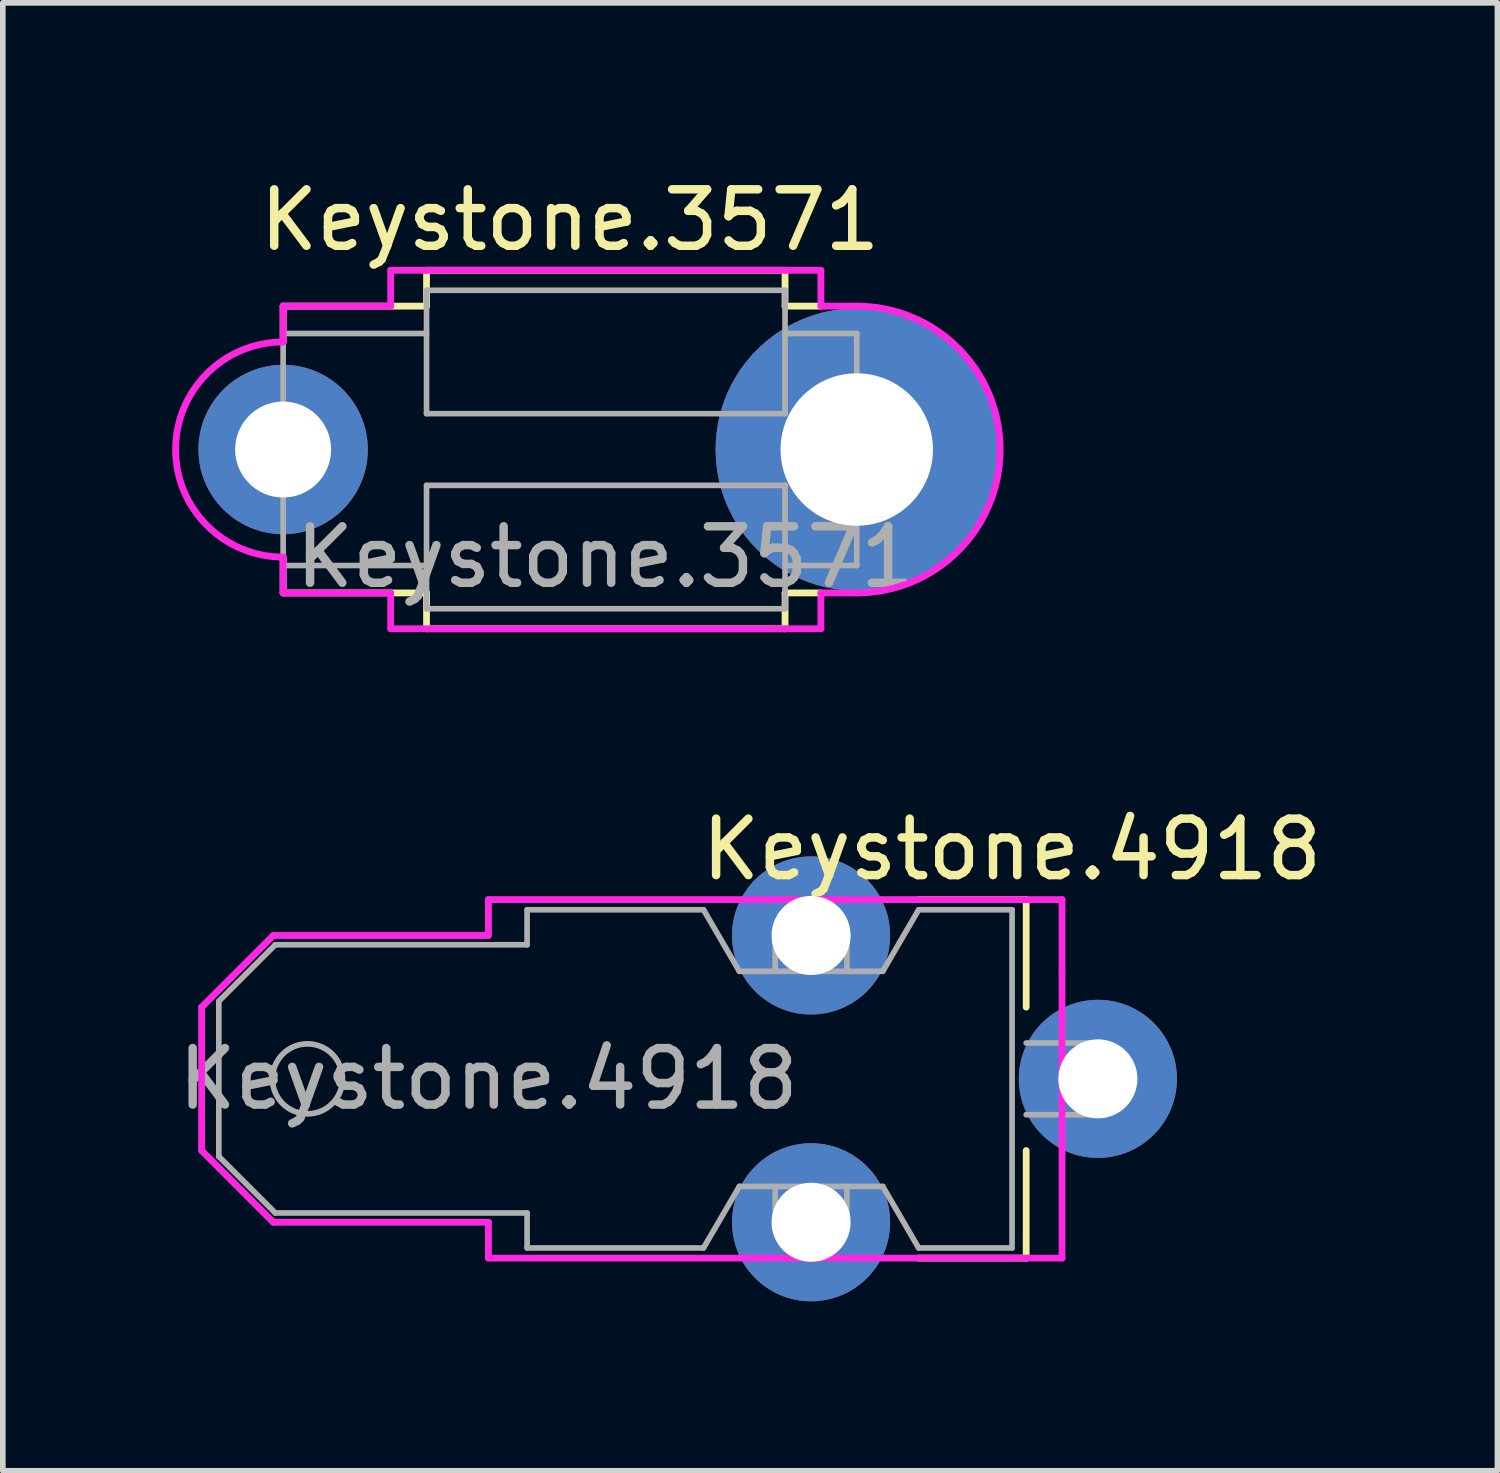
<source format=kicad_pcb>
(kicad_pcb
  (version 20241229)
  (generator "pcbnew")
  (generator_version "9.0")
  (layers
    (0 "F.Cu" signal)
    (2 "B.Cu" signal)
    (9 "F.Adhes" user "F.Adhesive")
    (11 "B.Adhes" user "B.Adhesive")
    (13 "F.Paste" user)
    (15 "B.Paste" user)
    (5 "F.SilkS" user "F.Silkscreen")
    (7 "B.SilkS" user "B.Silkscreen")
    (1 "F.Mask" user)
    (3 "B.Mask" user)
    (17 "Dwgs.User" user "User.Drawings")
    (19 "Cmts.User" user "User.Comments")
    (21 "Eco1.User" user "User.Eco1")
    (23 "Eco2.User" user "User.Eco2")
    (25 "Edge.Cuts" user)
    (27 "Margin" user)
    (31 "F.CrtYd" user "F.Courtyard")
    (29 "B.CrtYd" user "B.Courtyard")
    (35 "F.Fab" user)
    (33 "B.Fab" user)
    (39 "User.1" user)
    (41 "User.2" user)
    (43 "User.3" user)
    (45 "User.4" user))
  (footprint "Keystone.3571"
    (layer "F.Cu")
    (at 7.045 4.912)
    (property "Reference" "Keystone.3571" (at 0 -4.064 0) (unlocked yes) (layer "F.SilkS") (effects (font (size 1 1) (thickness 0.15))))
    (fp_line (start -5.08 -2.54) (end -2.54 -2.54) (stroke (width 0.12) (type solid)) (layer "F.SilkS"))
    (fp_line (start -5.08 -1.905) (end -5.08 -2.54) (stroke (width 0.12) (type solid)) (layer "F.SilkS"))
    (fp_line (start -5.08 1.905) (end -5.08 2.54) (stroke (width 0.12) (type solid)) (layer "F.SilkS"))
    (fp_line (start -5.08 2.54) (end -2.54 2.54) (stroke (width 0.12) (type solid)) (layer "F.SilkS"))
    (fp_line (start -2.54 -3.175) (end 3.81 -3.175) (stroke (width 0.12) (type solid)) (layer "F.SilkS"))
    (fp_line (start -2.54 -2.54) (end -2.54 -3.175) (stroke (width 0.12) (type solid)) (layer "F.SilkS"))
    (fp_line (start -2.54 2.54) (end -2.54 3.175) (stroke (width 0.12) (type solid)) (layer "F.SilkS"))
    (fp_line (start -2.54 3.175) (end 3.81 3.175) (stroke (width 0.12) (type solid)) (layer "F.SilkS"))
    (fp_line (start 3.81 -3.175) (end 3.81 -2.54) (stroke (width 0.12) (type solid)) (layer "F.SilkS"))
    (fp_line (start 3.81 -2.54) (end 4.445 -2.54) (stroke (width 0.12) (type solid)) (layer "F.SilkS"))
    (fp_line (start 3.81 2.54) (end 4.445 2.54) (stroke (width 0.12) (type solid)) (layer "F.SilkS"))
    (fp_line (start 3.81 3.175) (end 3.81 2.54) (stroke (width 0.12) (type solid)) (layer "F.SilkS"))
    (fp_line (start -5.08 -2.54) (end -3.175 -2.54) (stroke (width 0.12) (type solid)) (layer "F.CrtYd"))
    (fp_line (start -5.08 -1.905) (end -5.08 -2.54) (stroke (width 0.12) (type solid)) (layer "F.CrtYd"))
    (fp_line (start -5.08 1.905) (end -5.08 2.54) (stroke (width 0.12) (type solid)) (layer "F.CrtYd"))
    (fp_line (start -5.08 2.54) (end -3.175 2.54) (stroke (width 0.12) (type solid)) (layer "F.CrtYd"))
    (fp_line (start -3.175 -3.175) (end -3.175 -2.54) (stroke (width 0.12) (type solid)) (layer "F.CrtYd"))
    (fp_line (start -3.175 2.54) (end -3.175 3.175) (stroke (width 0.12) (type solid)) (layer "F.CrtYd"))
    (fp_line (start -3.175 3.175) (end 3.81 3.175) (stroke (width 0.12) (type solid)) (layer "F.CrtYd"))
    (fp_line (start -2.54 -3.175) (end -3.175 -3.175) (stroke (width 0.12) (type solid)) (layer "F.CrtYd"))
    (fp_line (start -2.54 -3.175) (end 3.81 -3.175) (stroke (width 0.12) (type solid)) (layer "F.CrtYd"))
    (fp_line (start 3.81 -3.175) (end 4.445 -3.175) (stroke (width 0.12) (type solid)) (layer "F.CrtYd"))
    (fp_line (start 3.81 3.175) (end 4.445 3.175) (stroke (width 0.12) (type solid)) (layer "F.CrtYd"))
    (fp_line (start 4.445 -3.175) (end 4.445 -2.54) (stroke (width 0.12) (type solid)) (layer "F.CrtYd"))
    (fp_line (start 4.445 -2.54) (end 5.08 -2.54) (stroke (width 0.12) (type solid)) (layer "F.CrtYd"))
    (fp_line (start 4.445 2.54) (end 5.08 2.54) (stroke (width 0.12) (type solid)) (layer "F.CrtYd"))
    (fp_line (start 4.445 3.175) (end 4.445 2.54) (stroke (width 0.12) (type solid)) (layer "F.CrtYd"))
    (fp_arc (start -5.08 1.905) (mid -6.985 0) (end -5.08 -1.905) (stroke (width 0.12) (type solid)) (layer "F.CrtYd"))
    (fp_arc (start 5.08 -2.54) (mid 7.62 0) (end 5.08 2.54) (stroke (width 0.12) (type solid)) (layer "F.CrtYd"))
    (fp_line (start -5.08 -2.055) (end -5.08 2.055) (stroke (width 0.1) (type solid)) (layer "F.Fab"))
    (fp_line (start -5.08 2.055) (end -2.54 2.055) (stroke (width 0.1) (type solid)) (layer "F.Fab"))
    (fp_line (start -2.54 -2.82) (end 3.81 -2.82) (stroke (width 0.1) (type solid)) (layer "F.Fab"))
    (fp_line (start -2.54 -2.055) (end -5.08 -2.055) (stroke (width 0.1) (type solid)) (layer "F.Fab"))
    (fp_line (start -2.54 -0.635) (end -2.54 -2.82) (stroke (width 0.1) (type solid)) (layer "F.Fab"))
    (fp_line (start -2.54 0.635) (end 3.81 0.635) (stroke (width 0.1) (type solid)) (layer "F.Fab"))
    (fp_line (start -2.54 2.82) (end -2.54 0.635) (stroke (width 0.1) (type solid)) (layer "F.Fab"))
    (fp_line (start 3.81 -2.82) (end 3.81 -0.635) (stroke (width 0.1) (type solid)) (layer "F.Fab"))
    (fp_line (start 3.81 -2.055) (end 5.08 -2.055) (stroke (width 0.1) (type solid)) (layer "F.Fab"))
    (fp_line (start 3.81 -0.635) (end -2.54 -0.635) (stroke (width 0.1) (type solid)) (layer "F.Fab"))
    (fp_line (start 3.81 0.635) (end 3.81 2.82) (stroke (width 0.1) (type solid)) (layer "F.Fab"))
    (fp_line (start 3.81 2.055) (end 5.08 2.055) (stroke (width 0.1) (type solid)) (layer "F.Fab"))
    (fp_line (start 3.81 2.82) (end -2.54 2.82) (stroke (width 0.1) (type solid)) (layer "F.Fab"))
    (fp_line (start 5.08 2.055) (end 5.08 -2.055) (stroke (width 0.1) (type solid)) (layer "F.Fab"))
    (fp_text user "${REFERENCE}" (at 0.635 1.905 0) (unlocked yes) (layer "F.Fab") (effects (font (size 1 1) (thickness 0.15))))
    (pad "1" thru_hole circle (at -5.08 0) (size 3 3) (drill 1.7) (layers "*.Cu" "*.Mask"))
    (pad "1" thru_hole circle (at 5.08 0) (size 5 5) (drill 2.7) (layers "*.Cu" "*.Mask")))
  (footprint "Keystone.4918"
    (layer "F.Cu")
    (at 11.316 16.059)
    (property "Reference" "Keystone.4918" (at 3.556 -4.064 0) (unlocked yes) (layer "F.SilkS") (effects (font (size 1 1) (thickness 0.15))))
    (fp_line (start 1.905 -3.175) (end 3.81 -3.175) (stroke (width 0.12) (type solid)) (layer "F.SilkS"))
    (fp_line (start 3.81 -3.175) (end 3.81 -1.27) (stroke (width 0.12) (type solid)) (layer "F.SilkS"))
    (fp_line (start 3.81 1.27) (end 3.81 3.175) (stroke (width 0.12) (type solid)) (layer "F.SilkS"))
    (fp_line (start 3.81 3.175) (end 1.905 3.175) (stroke (width 0.12) (type solid)) (layer "F.SilkS"))
    (fp_line (start -10.795 -1.27) (end -9.525 -2.54) (stroke (width 0.12) (type solid)) (layer "F.CrtYd"))
    (fp_line (start -10.795 1.27) (end -10.795 -1.27) (stroke (width 0.12) (type solid)) (layer "F.CrtYd"))
    (fp_line (start -9.525 -2.54) (end -5.715 -2.54) (stroke (width 0.12) (type solid)) (layer "F.CrtYd"))
    (fp_line (start -9.525 2.54) (end -10.795 1.27) (stroke (width 0.12) (type solid)) (layer "F.CrtYd"))
    (fp_line (start -5.715 -3.175) (end 4.445 -3.175) (stroke (width 0.12) (type solid)) (layer "F.CrtYd"))
    (fp_line (start -5.715 -2.54) (end -5.715 -3.175) (stroke (width 0.12) (type solid)) (layer "F.CrtYd"))
    (fp_line (start -5.715 2.54) (end -9.525 2.54) (stroke (width 0.12) (type solid)) (layer "F.CrtYd"))
    (fp_line (start -5.715 3.175) (end -5.715 2.54) (stroke (width 0.12) (type solid)) (layer "F.CrtYd"))
    (fp_line (start 4.445 -3.175) (end 4.445 -1.905) (stroke (width 0.12) (type solid)) (layer "F.CrtYd"))
    (fp_line (start 4.445 -1.905) (end 4.445 3.175) (stroke (width 0.12) (type solid)) (layer "F.CrtYd"))
    (fp_line (start 4.445 3.175) (end -5.715 3.175) (stroke (width 0.12) (type solid)) (layer "F.CrtYd"))
    (fp_line (start -10.49 -1.375) (end -10.49 1.375) (stroke (width 0.1) (type solid)) (layer "F.Fab"))
    (fp_line (start -10.49 1.375) (end -9.49 2.375) (stroke (width 0.1) (type solid)) (layer "F.Fab"))
    (fp_line (start -9.49 -2.375) (end -10.49 -1.375) (stroke (width 0.1) (type solid)) (layer "F.Fab"))
    (fp_line (start -9.49 2.375) (end -5.03 2.375) (stroke (width 0.1) (type solid)) (layer "F.Fab"))
    (fp_line (start -5.03 -2.995) (end -5.03 -2.375) (stroke (width 0.1) (type solid)) (layer "F.Fab"))
    (fp_line (start -5.03 -2.375) (end -9.49 -2.375) (stroke (width 0.1) (type solid)) (layer "F.Fab"))
    (fp_line (start -5.03 2.995) (end -5.03 2.375) (stroke (width 0.1) (type solid)) (layer "F.Fab"))
    (fp_line (start -1.905 -2.995) (end -5.03 -2.995) (stroke (width 0.1) (type solid)) (layer "F.Fab"))
    (fp_line (start -1.905 2.995) (end -5.03 2.995) (stroke (width 0.1) (type solid)) (layer "F.Fab"))
    (fp_line (start -1.27 -1.905) (end -1.905 -2.995) (stroke (width 0.1) (type solid)) (layer "F.Fab"))
    (fp_line (start -1.27 1.905) (end -1.905 2.995) (stroke (width 0.1) (type solid)) (layer "F.Fab"))
    (fp_line (start -0.635 -2.54) (end 0.635 -2.54) (stroke (width 0.1) (type solid)) (layer "F.Fab"))
    (fp_line (start -0.635 -1.905) (end -0.635 -2.54) (stroke (width 0.1) (type solid)) (layer "F.Fab"))
    (fp_line (start -0.635 1.905) (end -0.635 2.54) (stroke (width 0.1) (type solid)) (layer "F.Fab"))
    (fp_line (start -0.635 2.54) (end 0.635 2.54) (stroke (width 0.1) (type solid)) (layer "F.Fab"))
    (fp_line (start 0.635 -2.54) (end 0.635 -1.905) (stroke (width 0.1) (type solid)) (layer "F.Fab"))
    (fp_line (start 0.635 2.54) (end 0.635 1.905) (stroke (width 0.1) (type solid)) (layer "F.Fab"))
    (fp_line (start 1.27 -1.905) (end -1.27 -1.905) (stroke (width 0.1) (type solid)) (layer "F.Fab"))
    (fp_line (start 1.27 1.905) (end -1.27 1.905) (stroke (width 0.1) (type solid)) (layer "F.Fab"))
    (fp_line (start 1.905 -2.995) (end 1.27 -1.905) (stroke (width 0.1) (type solid)) (layer "F.Fab"))
    (fp_line (start 1.905 2.995) (end 1.27 1.905) (stroke (width 0.1) (type solid)) (layer "F.Fab"))
    (fp_line (start 3.56 -2.995) (end 1.905 -2.995) (stroke (width 0.1) (type solid)) (layer "F.Fab"))
    (fp_line (start 3.56 -2.995) (end 3.56 2.995) (stroke (width 0.1) (type solid)) (layer "F.Fab"))
    (fp_line (start 3.56 2.995) (end 1.905 2.995) (stroke (width 0.1) (type solid)) (layer "F.Fab"))
    (fp_line (start 3.81 -0.635) (end 5.08 -0.635) (stroke (width 0.1) (type solid)) (layer "F.Fab"))
    (fp_line (start 5.08 -0.635) (end 5.08 0.635) (stroke (width 0.1) (type solid)) (layer "F.Fab"))
    (fp_line (start 5.08 0.635) (end 3.81 0.635) (stroke (width 0.1) (type solid)) (layer "F.Fab"))
    (fp_circle (center -8.92 0) (end -8.3 0) (stroke (width 0.1) (type solid)) (fill no) (layer "F.Fab"))
    (fp_text user "${REFERENCE}" (at -5.715 0 0) (unlocked yes) (layer "F.Fab") (effects (font (size 1 1) (thickness 0.15))))
    (pad "1" thru_hole circle (at 0 -2.54) (size 2.8 2.8) (drill 1.4) (layers "*.Cu" "*.Mask"))
    (pad "1" thru_hole circle (at 0 2.54) (size 2.8 2.8) (drill 1.4) (layers "*.Cu" "*.Mask"))
    (pad "1" thru_hole circle (at 5.08 0) (size 2.8 2.8) (drill 1.4) (layers "*.Cu" "*.Mask")))
  (gr_rect
    (start -3 -3)
    (end 23.473 23)
    (stroke (width 0.1) (type default))
    (fill no)
    (layer "Edge.Cuts")))
</source>
